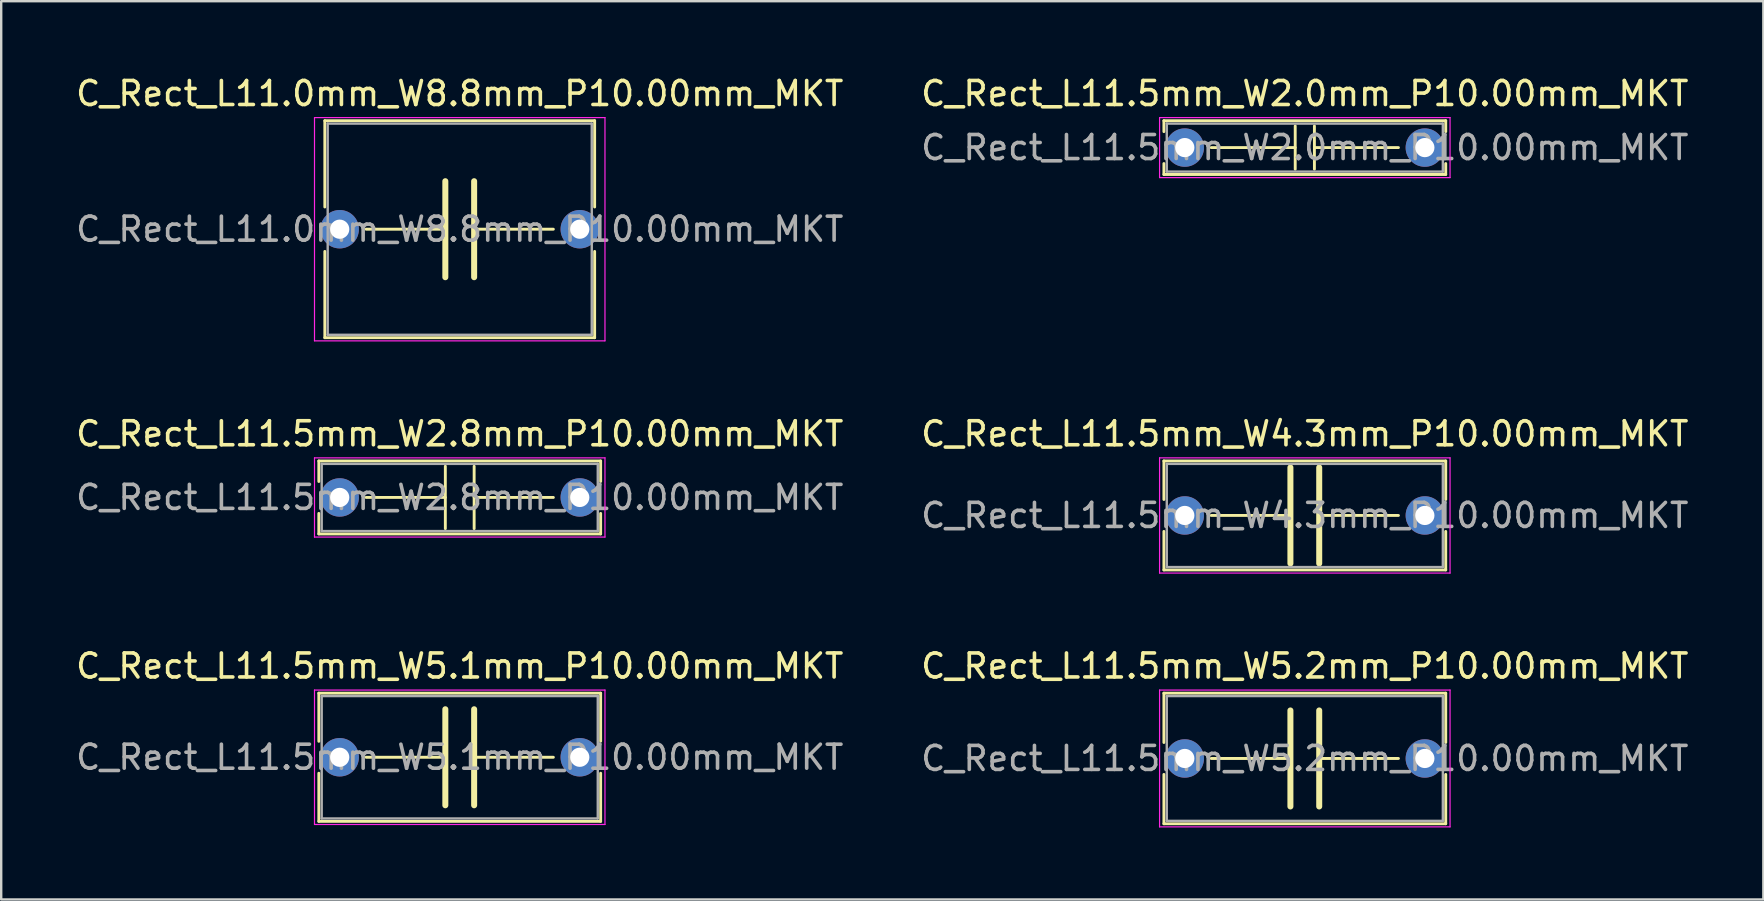
<source format=kicad_pcb>
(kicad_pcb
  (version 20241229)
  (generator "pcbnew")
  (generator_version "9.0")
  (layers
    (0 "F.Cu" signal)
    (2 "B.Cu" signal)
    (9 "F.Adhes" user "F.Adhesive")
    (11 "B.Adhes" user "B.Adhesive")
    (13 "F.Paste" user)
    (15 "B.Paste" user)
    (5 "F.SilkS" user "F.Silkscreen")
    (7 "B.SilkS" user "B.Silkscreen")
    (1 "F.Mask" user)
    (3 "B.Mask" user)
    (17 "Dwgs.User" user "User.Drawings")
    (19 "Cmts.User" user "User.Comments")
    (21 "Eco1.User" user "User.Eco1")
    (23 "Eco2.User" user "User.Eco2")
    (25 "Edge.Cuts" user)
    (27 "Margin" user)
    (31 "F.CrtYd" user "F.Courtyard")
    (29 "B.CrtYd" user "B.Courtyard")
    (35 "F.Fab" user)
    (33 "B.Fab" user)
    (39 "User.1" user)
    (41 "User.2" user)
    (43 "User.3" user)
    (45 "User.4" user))
  (footprint "C_Rect_L11.0mm_W8.8mm_P10.00mm_MKT"
    (layer "F.Cu")
    (at 11.101 6.498)
    (property "Reference" "C_Rect_L11.0mm_W8.8mm_P10.00mm_MKT" (at 5 -5.65 0) (layer "F.SilkS") (effects (font (size 1 1) (thickness 0.15))))
    (attr through_hole)
    (fp_line (start -0.62 -4.52) (end -0.62 -0.925) (stroke (width 0.12) (type solid)) (layer "F.SilkS"))
    (fp_line (start -0.62 -4.52) (end 10.62 -4.52) (stroke (width 0.12) (type solid)) (layer "F.SilkS"))
    (fp_line (start -0.62 0.925) (end -0.62 4.52) (stroke (width 0.12) (type solid)) (layer "F.SilkS"))
    (fp_line (start -0.62 4.52) (end 10.62 4.52) (stroke (width 0.12) (type solid)) (layer "F.SilkS"))
    (fp_line (start 1.1 0) (end 4.4 0) (stroke (width 0.12) (type solid)) (layer "F.SilkS"))
    (fp_line (start 4.4 2) (end 4.4 -2) (stroke (width 0.25) (type solid)) (layer "F.SilkS"))
    (fp_line (start 5.6 2) (end 5.6 -2) (stroke (width 0.25) (type solid)) (layer "F.SilkS"))
    (fp_line (start 8.9 0) (end 5.6 0) (stroke (width 0.12) (type solid)) (layer "F.SilkS"))
    (fp_line (start 10.62 -4.52) (end 10.62 -0.925) (stroke (width 0.12) (type solid)) (layer "F.SilkS"))
    (fp_line (start 10.62 0.925) (end 10.62 4.52) (stroke (width 0.12) (type solid)) (layer "F.SilkS"))
    (fp_line (start -1.05 -4.65) (end -1.05 4.65) (stroke (width 0.05) (type solid)) (layer "F.CrtYd"))
    (fp_line (start -1.05 4.65) (end 11.05 4.65) (stroke (width 0.05) (type solid)) (layer "F.CrtYd"))
    (fp_line (start 11.05 -4.65) (end -1.05 -4.65) (stroke (width 0.05) (type solid)) (layer "F.CrtYd"))
    (fp_line (start 11.05 4.65) (end 11.05 -4.65) (stroke (width 0.05) (type solid)) (layer "F.CrtYd"))
    (fp_line (start -0.5 -4.4) (end -0.5 4.4) (stroke (width 0.1) (type solid)) (layer "F.Fab"))
    (fp_line (start -0.5 4.4) (end 10.5 4.4) (stroke (width 0.1) (type solid)) (layer "F.Fab"))
    (fp_line (start 10.5 -4.4) (end -0.5 -4.4) (stroke (width 0.1) (type solid)) (layer "F.Fab"))
    (fp_line (start 10.5 4.4) (end 10.5 -4.4) (stroke (width 0.1) (type solid)) (layer "F.Fab"))
    (fp_text user "${REFERENCE}" (at 5 0 0) (layer "F.Fab") (effects (font (size 1 1) (thickness 0.15))))
    (pad "1" thru_hole circle (at 0 0) (size 1.6 1.6) (drill 0.8) (layers "*.Cu" "*.Mask"))
    (pad "2" thru_hole circle (at 10 0) (size 1.6 1.6) (drill 0.8) (layers "*.Cu" "*.Mask")))
  (footprint "C_Rect_L11.5mm_W4.3mm_P10.00mm_MKT"
    (layer "F.Cu")
    (at 46.304 18.422)
    (property "Reference" "C_Rect_L11.5mm_W4.3mm_P10.00mm_MKT" (at 5 -3.4 0) (layer "F.SilkS") (effects (font (size 1 1) (thickness 0.15))))
    (attr through_hole)
    (fp_line (start -0.87 -2.27) (end -0.87 -0.665) (stroke (width 0.12) (type solid)) (layer "F.SilkS"))
    (fp_line (start -0.87 -2.27) (end 10.87 -2.27) (stroke (width 0.12) (type solid)) (layer "F.SilkS"))
    (fp_line (start -0.87 0.665) (end -0.87 2.27) (stroke (width 0.12) (type solid)) (layer "F.SilkS"))
    (fp_line (start -0.87 2.27) (end 10.87 2.27) (stroke (width 0.12) (type solid)) (layer "F.SilkS"))
    (fp_line (start 1.1 0) (end 4.4 0) (stroke (width 0.12) (type solid)) (layer "F.SilkS"))
    (fp_line (start 4.4 2) (end 4.4 -2) (stroke (width 0.25) (type solid)) (layer "F.SilkS"))
    (fp_line (start 5.6 2) (end 5.6 -2) (stroke (width 0.25) (type solid)) (layer "F.SilkS"))
    (fp_line (start 8.9 0) (end 5.6 0) (stroke (width 0.12) (type solid)) (layer "F.SilkS"))
    (fp_line (start 10.87 -2.27) (end 10.87 -0.665) (stroke (width 0.12) (type solid)) (layer "F.SilkS"))
    (fp_line (start 10.87 0.665) (end 10.87 2.27) (stroke (width 0.12) (type solid)) (layer "F.SilkS"))
    (fp_line (start -1.05 -2.4) (end -1.05 2.4) (stroke (width 0.05) (type solid)) (layer "F.CrtYd"))
    (fp_line (start -1.05 2.4) (end 11.05 2.4) (stroke (width 0.05) (type solid)) (layer "F.CrtYd"))
    (fp_line (start 11.05 -2.4) (end -1.05 -2.4) (stroke (width 0.05) (type solid)) (layer "F.CrtYd"))
    (fp_line (start 11.05 2.4) (end 11.05 -2.4) (stroke (width 0.05) (type solid)) (layer "F.CrtYd"))
    (fp_line (start -0.75 -2.15) (end -0.75 2.15) (stroke (width 0.1) (type solid)) (layer "F.Fab"))
    (fp_line (start -0.75 2.15) (end 10.75 2.15) (stroke (width 0.1) (type solid)) (layer "F.Fab"))
    (fp_line (start 10.75 -2.15) (end -0.75 -2.15) (stroke (width 0.1) (type solid)) (layer "F.Fab"))
    (fp_line (start 10.75 2.15) (end 10.75 -2.15) (stroke (width 0.1) (type solid)) (layer "F.Fab"))
    (fp_text user "${REFERENCE}" (at 5 0 0) (layer "F.Fab") (effects (font (size 1 1) (thickness 0.15))))
    (pad "1" thru_hole circle (at 0 0) (size 1.6 1.6) (drill 0.8) (layers "*.Cu" "*.Mask"))
    (pad "2" thru_hole circle (at 10 0) (size 1.6 1.6) (drill 0.8) (layers "*.Cu" "*.Mask")))
  (footprint "C_Rect_L11.5mm_W2.8mm_P10.00mm_MKT"
    (layer "F.Cu")
    (at 11.101 17.672)
    (property "Reference" "C_Rect_L11.5mm_W2.8mm_P10.00mm_MKT" (at 5 -2.65 0) (layer "F.SilkS") (effects (font (size 1 1) (thickness 0.15))))
    (attr through_hole)
    (fp_line (start -0.87 -1.52) (end -0.87 -0.665) (stroke (width 0.12) (type solid)) (layer "F.SilkS"))
    (fp_line (start -0.87 -1.52) (end 10.87 -1.52) (stroke (width 0.12) (type solid)) (layer "F.SilkS"))
    (fp_line (start -0.87 0.665) (end -0.87 1.52) (stroke (width 0.12) (type solid)) (layer "F.SilkS"))
    (fp_line (start -0.87 1.52) (end 10.87 1.52) (stroke (width 0.12) (type solid)) (layer "F.SilkS"))
    (fp_line (start 1.1 0) (end 4.4 0) (stroke (width 0.12) (type solid)) (layer "F.SilkS"))
    (fp_line (start 4.4 1.3) (end 4.4 -1.3) (stroke (width 0.12) (type solid)) (layer "F.SilkS"))
    (fp_line (start 5.6 1.3) (end 5.6 -1.3) (stroke (width 0.12) (type solid)) (layer "F.SilkS"))
    (fp_line (start 8.9 0) (end 5.6 0) (stroke (width 0.12) (type solid)) (layer "F.SilkS"))
    (fp_line (start 10.87 -1.52) (end 10.87 -0.665) (stroke (width 0.12) (type solid)) (layer "F.SilkS"))
    (fp_line (start 10.87 0.665) (end 10.87 1.52) (stroke (width 0.12) (type solid)) (layer "F.SilkS"))
    (fp_line (start -1.05 -1.65) (end -1.05 1.65) (stroke (width 0.05) (type solid)) (layer "F.CrtYd"))
    (fp_line (start -1.05 1.65) (end 11.05 1.65) (stroke (width 0.05) (type solid)) (layer "F.CrtYd"))
    (fp_line (start 11.05 -1.65) (end -1.05 -1.65) (stroke (width 0.05) (type solid)) (layer "F.CrtYd"))
    (fp_line (start 11.05 1.65) (end 11.05 -1.65) (stroke (width 0.05) (type solid)) (layer "F.CrtYd"))
    (fp_line (start -0.75 -1.4) (end -0.75 1.4) (stroke (width 0.1) (type solid)) (layer "F.Fab"))
    (fp_line (start -0.75 1.4) (end 10.75 1.4) (stroke (width 0.1) (type solid)) (layer "F.Fab"))
    (fp_line (start 10.75 -1.4) (end -0.75 -1.4) (stroke (width 0.1) (type solid)) (layer "F.Fab"))
    (fp_line (start 10.75 1.4) (end 10.75 -1.4) (stroke (width 0.1) (type solid)) (layer "F.Fab"))
    (fp_text user "${REFERENCE}" (at 5 0 0) (layer "F.Fab") (effects (font (size 1 1) (thickness 0.15))))
    (pad "1" thru_hole circle (at 0 0) (size 1.6 1.6) (drill 0.8) (layers "*.Cu" "*.Mask"))
    (pad "2" thru_hole circle (at 10 0) (size 1.6 1.6) (drill 0.8) (layers "*.Cu" "*.Mask")))
  (footprint "C_Rect_L11.5mm_W5.1mm_P10.00mm_MKT"
    (layer "F.Cu")
    (at 11.101 28.495)
    (property "Reference" "C_Rect_L11.5mm_W5.1mm_P10.00mm_MKT" (at 5 -3.8 0) (layer "F.SilkS") (effects (font (size 1 1) (thickness 0.15))))
    (attr through_hole)
    (fp_line (start -0.87 -2.67) (end -0.87 -0.665) (stroke (width 0.12) (type solid)) (layer "F.SilkS"))
    (fp_line (start -0.87 -2.67) (end 10.87 -2.67) (stroke (width 0.12) (type solid)) (layer "F.SilkS"))
    (fp_line (start -0.87 0.665) (end -0.87 2.67) (stroke (width 0.12) (type solid)) (layer "F.SilkS"))
    (fp_line (start -0.87 2.67) (end 10.87 2.67) (stroke (width 0.12) (type solid)) (layer "F.SilkS"))
    (fp_line (start 1.1 0) (end 4.4 0) (stroke (width 0.12) (type solid)) (layer "F.SilkS"))
    (fp_line (start 4.4 2) (end 4.4 -2) (stroke (width 0.25) (type solid)) (layer "F.SilkS"))
    (fp_line (start 5.6 2) (end 5.6 -2) (stroke (width 0.25) (type solid)) (layer "F.SilkS"))
    (fp_line (start 8.9 0) (end 5.6 0) (stroke (width 0.12) (type solid)) (layer "F.SilkS"))
    (fp_line (start 10.87 -2.67) (end 10.87 -0.665) (stroke (width 0.12) (type solid)) (layer "F.SilkS"))
    (fp_line (start 10.87 0.665) (end 10.87 2.67) (stroke (width 0.12) (type solid)) (layer "F.SilkS"))
    (fp_line (start -1.05 -2.8) (end -1.05 2.8) (stroke (width 0.05) (type solid)) (layer "F.CrtYd"))
    (fp_line (start -1.05 2.8) (end 11.05 2.8) (stroke (width 0.05) (type solid)) (layer "F.CrtYd"))
    (fp_line (start 11.05 -2.8) (end -1.05 -2.8) (stroke (width 0.05) (type solid)) (layer "F.CrtYd"))
    (fp_line (start 11.05 2.8) (end 11.05 -2.8) (stroke (width 0.05) (type solid)) (layer "F.CrtYd"))
    (fp_line (start -0.75 -2.55) (end -0.75 2.55) (stroke (width 0.1) (type solid)) (layer "F.Fab"))
    (fp_line (start -0.75 2.55) (end 10.75 2.55) (stroke (width 0.1) (type solid)) (layer "F.Fab"))
    (fp_line (start 10.75 -2.55) (end -0.75 -2.55) (stroke (width 0.1) (type solid)) (layer "F.Fab"))
    (fp_line (start 10.75 2.55) (end 10.75 -2.55) (stroke (width 0.1) (type solid)) (layer "F.Fab"))
    (fp_text user "${REFERENCE}" (at 5 0 0) (layer "F.Fab") (effects (font (size 1 1) (thickness 0.15))))
    (pad "1" thru_hole circle (at 0 0) (size 1.6 1.6) (drill 0.8) (layers "*.Cu" "*.Mask"))
    (pad "2" thru_hole circle (at 10 0) (size 1.6 1.6) (drill 0.8) (layers "*.Cu" "*.Mask")))
  (footprint "C_Rect_L11.5mm_W2.0mm_P10.00mm_MKT"
    (layer "F.Cu")
    (at 46.304 3.098)
    (property "Reference" "C_Rect_L11.5mm_W2.0mm_P10.00mm_MKT" (at 5 -2.25 0) (layer "F.SilkS") (effects (font (size 1 1) (thickness 0.15))))
    (attr through_hole)
    (fp_line (start -0.87 -1.12) (end -0.87 -0.665) (stroke (width 0.12) (type solid)) (layer "F.SilkS"))
    (fp_line (start -0.87 -1.12) (end 10.87 -1.12) (stroke (width 0.12) (type solid)) (layer "F.SilkS"))
    (fp_line (start -0.87 0.665) (end -0.87 1.12) (stroke (width 0.12) (type solid)) (layer "F.SilkS"))
    (fp_line (start -0.87 1.12) (end 10.87 1.12) (stroke (width 0.12) (type solid)) (layer "F.SilkS"))
    (fp_line (start 1.1 0) (end 4.6 0) (stroke (width 0.12) (type solid)) (layer "F.SilkS"))
    (fp_line (start 4.6 0.9) (end 4.6 -0.9) (stroke (width 0.12) (type solid)) (layer "F.SilkS"))
    (fp_line (start 5.4 0.9) (end 5.4 -0.9) (stroke (width 0.12) (type solid)) (layer "F.SilkS"))
    (fp_line (start 8.9 0) (end 5.4 0) (stroke (width 0.12) (type solid)) (layer "F.SilkS"))
    (fp_line (start 10.87 -1.12) (end 10.87 -0.665) (stroke (width 0.12) (type solid)) (layer "F.SilkS"))
    (fp_line (start 10.87 0.665) (end 10.87 1.12) (stroke (width 0.12) (type solid)) (layer "F.SilkS"))
    (fp_line (start -1.05 -1.25) (end -1.05 1.25) (stroke (width 0.05) (type solid)) (layer "F.CrtYd"))
    (fp_line (start -1.05 1.25) (end 11.05 1.25) (stroke (width 0.05) (type solid)) (layer "F.CrtYd"))
    (fp_line (start 11.05 -1.25) (end -1.05 -1.25) (stroke (width 0.05) (type solid)) (layer "F.CrtYd"))
    (fp_line (start 11.05 1.25) (end 11.05 -1.25) (stroke (width 0.05) (type solid)) (layer "F.CrtYd"))
    (fp_line (start -0.75 -1) (end -0.75 1) (stroke (width 0.1) (type solid)) (layer "F.Fab"))
    (fp_line (start -0.75 1) (end 10.75 1) (stroke (width 0.1) (type solid)) (layer "F.Fab"))
    (fp_line (start 10.75 -1) (end -0.75 -1) (stroke (width 0.1) (type solid)) (layer "F.Fab"))
    (fp_line (start 10.75 1) (end 10.75 -1) (stroke (width 0.1) (type solid)) (layer "F.Fab"))
    (fp_text user "${REFERENCE}" (at 5 0 0) (layer "F.Fab") (effects (font (size 1 1) (thickness 0.15))))
    (pad "1" thru_hole circle (at 0 0) (size 1.6 1.6) (drill 0.8) (layers "*.Cu" "*.Mask"))
    (pad "2" thru_hole circle (at 10 0) (size 1.6 1.6) (drill 0.8) (layers "*.Cu" "*.Mask")))
  (footprint "C_Rect_L11.5mm_W5.2mm_P10.00mm_MKT"
    (layer "F.Cu")
    (at 46.304 28.545)
    (property "Reference" "C_Rect_L11.5mm_W5.2mm_P10.00mm_MKT" (at 5 -3.85 0) (layer "F.SilkS") (effects (font (size 1 1) (thickness 0.15))))
    (attr through_hole)
    (fp_line (start -0.87 -2.72) (end -0.87 -0.665) (stroke (width 0.12) (type solid)) (layer "F.SilkS"))
    (fp_line (start -0.87 -2.72) (end 10.87 -2.72) (stroke (width 0.12) (type solid)) (layer "F.SilkS"))
    (fp_line (start -0.87 0.665) (end -0.87 2.72) (stroke (width 0.12) (type solid)) (layer "F.SilkS"))
    (fp_line (start -0.87 2.72) (end 10.87 2.72) (stroke (width 0.12) (type solid)) (layer "F.SilkS"))
    (fp_line (start 1.1 0) (end 4.4 0) (stroke (width 0.12) (type solid)) (layer "F.SilkS"))
    (fp_line (start 4.4 2) (end 4.4 -2) (stroke (width 0.25) (type solid)) (layer "F.SilkS"))
    (fp_line (start 5.6 2) (end 5.6 -2) (stroke (width 0.25) (type solid)) (layer "F.SilkS"))
    (fp_line (start 8.9 0) (end 5.6 0) (stroke (width 0.12) (type solid)) (layer "F.SilkS"))
    (fp_line (start 10.87 -2.72) (end 10.87 -0.665) (stroke (width 0.12) (type solid)) (layer "F.SilkS"))
    (fp_line (start 10.87 0.665) (end 10.87 2.72) (stroke (width 0.12) (type solid)) (layer "F.SilkS"))
    (fp_line (start -1.05 -2.85) (end -1.05 2.85) (stroke (width 0.05) (type solid)) (layer "F.CrtYd"))
    (fp_line (start -1.05 2.85) (end 11.05 2.85) (stroke (width 0.05) (type solid)) (layer "F.CrtYd"))
    (fp_line (start 11.05 -2.85) (end -1.05 -2.85) (stroke (width 0.05) (type solid)) (layer "F.CrtYd"))
    (fp_line (start 11.05 2.85) (end 11.05 -2.85) (stroke (width 0.05) (type solid)) (layer "F.CrtYd"))
    (fp_line (start -0.75 -2.6) (end -0.75 2.6) (stroke (width 0.1) (type solid)) (layer "F.Fab"))
    (fp_line (start -0.75 2.6) (end 10.75 2.6) (stroke (width 0.1) (type solid)) (layer "F.Fab"))
    (fp_line (start 10.75 -2.6) (end -0.75 -2.6) (stroke (width 0.1) (type solid)) (layer "F.Fab"))
    (fp_line (start 10.75 2.6) (end 10.75 -2.6) (stroke (width 0.1) (type solid)) (layer "F.Fab"))
    (fp_text user "${REFERENCE}" (at 5 0 0) (layer "F.Fab") (effects (font (size 1 1) (thickness 0.15))))
    (pad "1" thru_hole circle (at 0 0) (size 1.6 1.6) (drill 0.8) (layers "*.Cu" "*.Mask"))
    (pad "2" thru_hole circle (at 10 0) (size 1.6 1.6) (drill 0.8) (layers "*.Cu" "*.Mask")))
  (gr_rect
    (start -3 -3)
    (end 70.405 34.42)
    (stroke (width 0.1) (type default))
    (fill no)
    (layer "Edge.Cuts")))
</source>
